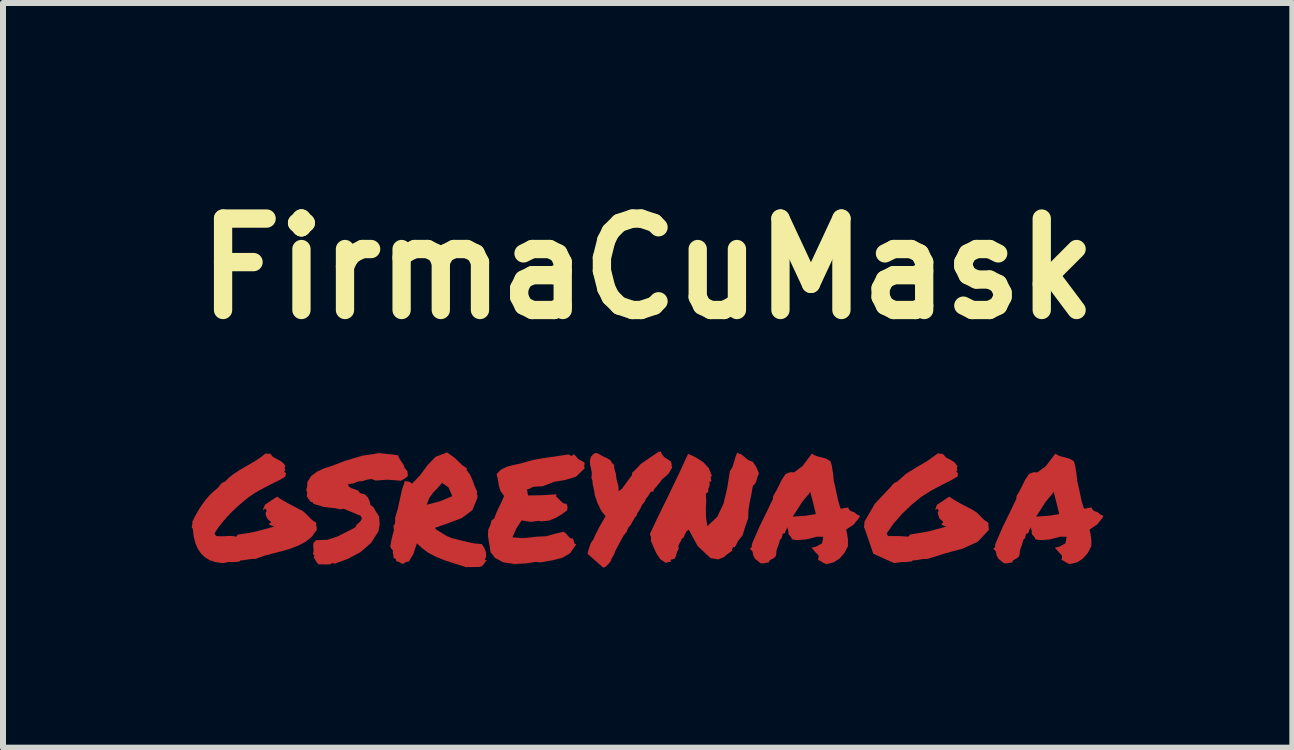
<source format=kicad_pcb>
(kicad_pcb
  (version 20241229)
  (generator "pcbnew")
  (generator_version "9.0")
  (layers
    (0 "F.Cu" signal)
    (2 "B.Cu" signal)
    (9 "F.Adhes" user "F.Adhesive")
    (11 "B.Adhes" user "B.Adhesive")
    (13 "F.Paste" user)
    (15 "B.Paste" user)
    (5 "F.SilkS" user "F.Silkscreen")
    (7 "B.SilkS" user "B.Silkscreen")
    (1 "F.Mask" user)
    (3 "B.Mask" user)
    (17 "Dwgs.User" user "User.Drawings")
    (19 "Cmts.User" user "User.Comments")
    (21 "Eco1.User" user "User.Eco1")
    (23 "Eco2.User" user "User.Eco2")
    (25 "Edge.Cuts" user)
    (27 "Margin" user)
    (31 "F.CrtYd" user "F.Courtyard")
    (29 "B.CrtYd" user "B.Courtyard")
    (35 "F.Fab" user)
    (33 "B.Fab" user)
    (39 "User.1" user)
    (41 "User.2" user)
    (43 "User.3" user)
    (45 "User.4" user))
  (footprint "FirmaCuMask"
    (layer "F.Cu")
    (at 7.743 5.454)
    (property "Reference" "FirmaCuMask" (at 0 -4.027 180) (layer "F.SilkS") (effects (font (size 1.524 1.524) (thickness 0.305))))
    (attr smd)
    (fp_poly (pts (xy 5.687 0.327) (xy 5.502 0.524) (xy 5.249 0.639) (xy 4.959 0.718) (xy 4.668 0.809) (xy 4.594 0.812) (xy 4.536 0.821) (xy 4.483 0.83) (xy 4.424 0.835) (xy 4.409 0.841) (xy 4.4 0.853) (xy 4.309 0.862) (xy 4.245 0.862) (xy 4.171 0.871) (xy 4.107 0.88) (xy 3.76 0.724) (xy 3.622 0.319) (xy 3.616 0.301) (xy 3.605 0.292) (xy 3.61 0.242) (xy 3.613 0.189) (xy 3.787 -0.11) (xy 4.019 -0.357) (xy 4.054 -0.392) (xy 4.08 -0.427) (xy 4.113 -0.457) (xy 4.157 -0.477) (xy 4.304 -0.607) (xy 4.483 -0.718) (xy 4.668 -0.827) (xy 4.838 -0.95) (xy 4.885 -0.941) (xy 4.917 -0.941) (xy 4.973 -0.88) (xy 5.047 -0.842) (xy 5.117 -0.797) (xy 5.167 -0.727) (xy 5.149 -0.712) (xy 5.158 -0.686) (xy 5.161 -0.659) (xy 5.141 -0.648) (xy 5.158 -0.63) (xy 5.176 -0.615) (xy 5.167 -0.592) (xy 5.167 -0.563) (xy 5.035 -0.489) (xy 4.885 -0.413) (xy 4.724 -0.328) (xy 4.562 -0.225) (xy 4.4 -0.093) (xy 4.242 0.057) (xy 4.098 0.222) (xy 3.983 0.386) (xy 3.995 0.41) (xy 4.01 0.43) (xy 4.183 0.43) (xy 4.348 0.439) (xy 4.359 0.421) (xy 4.374 0.404) (xy 4.685 0.351) (xy 4.979 0.272) (xy 4.935 0.257) (xy 4.9 0.242) (xy 4.9 0.219) (xy 4.929 0.195) (xy 4.862 0.136) (xy 4.832 0.042) (xy 4.85 0.007) (xy 4.832 -0.025) (xy 4.818 -0.025) (xy 4.812 -0.016) (xy 4.809 -0.005) (xy 4.794 -0.007) (xy 4.806 -0.052) (xy 4.823 -0.093) (xy 5.026 -0.228) (xy 5.105 -0.175) (xy 5.202 -0.119) (xy 5.308 -0.063) (xy 5.411 -0.01) (xy 5.484 0.037) (xy 5.546 0.098) (xy 5.605 0.157) (xy 5.678 0.207) (xy 5.681 0.269) (xy 5.687 0.327) (xy 5.687 0.327)) (stroke (width 0) (type solid)) (fill yes) (layer "F.Cu"))
    (fp_poly (pts (xy -5.673 -0.466) (xy -5.608 -0.571) (xy -5.508 -0.645) (xy -5.394 -0.698) (xy -5.282 -0.733) (xy -5.033 -0.827) (xy -4.759 -0.909) (xy -4.472 -0.953) (xy -4.163 -0.918) (xy -4.137 -0.862) (xy -4.102 -0.809) (xy -4.066 -0.756) (xy -4.049 -0.706) (xy -4.002 -0.648) (xy -3.996 -0.568) (xy -4.055 -0.524) (xy -4.113 -0.492) (xy -4.334 -0.51) (xy -4.533 -0.495) (xy -4.598 -0.521) (xy -4.674 -0.51) (xy -4.754 -0.486) (xy -4.827 -0.48) (xy -4.9 -0.448) (xy -4.992 -0.436) (xy -4.986 -0.416) (xy -4.983 -0.398) (xy -4.939 -0.369) (xy -4.88 -0.351) (xy -4.824 -0.328) (xy -4.792 -0.286) (xy -4.715 -0.266) (xy -4.663 -0.216) (xy -4.633 -0.151) (xy -4.621 -0.093) (xy -4.601 -0.072) (xy -4.575 -0.06) (xy -4.53 0.019) (xy -4.475 0.104) (xy -4.466 0.236) (xy -4.486 0.351) (xy -4.61 0.545) (xy -4.786 0.697) (xy -4.994 0.809) (xy -5.212 0.888) (xy -5.235 0.888) (xy -5.241 0.874) (xy -5.294 0.9) (xy -5.353 0.903) (xy -5.42 0.9) (xy -5.482 0.903) (xy -5.52 0.862) (xy -5.544 0.815) (xy -5.558 0.8) (xy -5.567 0.786) (xy -5.552 0.753) (xy -5.561 0.744) (xy -5.573 0.739) (xy -5.576 0.724) (xy -5.567 0.671) (xy -5.573 0.606) (xy -5.57 0.545) (xy -5.526 0.498) (xy -5.338 0.492) (xy -5.168 0.436) (xy -5.018 0.36) (xy -4.874 0.286) (xy -4.851 0.242) (xy -4.815 0.21) (xy -4.783 0.178) (xy -4.762 0.134) (xy -4.774 0.11) (xy -4.786 0.087) (xy -4.818 0.078) (xy -4.944 0.025) (xy -5.065 -0.025) (xy -5.127 -0.016) (xy -5.197 -0.034) (xy -5.391 -0.054) (xy -5.567 -0.107) (xy -5.582 -0.134) (xy -5.614 -0.14) (xy -5.649 -0.184) (xy -5.682 -0.234) (xy -5.673 -0.292) (xy -5.69 -0.342) (xy -5.673 -0.404) (xy -5.673 -0.466) (xy -5.673 -0.466)) (stroke (width 0) (type solid)) (fill yes) (layer "F.Cu"))
    (fp_poly (pts (xy -3.846 0.551) (xy -3.682 -0.093) (xy -3.467 -0.148) (xy -3.256 -0.236) (xy -3.32 -0.383) (xy -3.426 -0.457) (xy -3.426 -0.457) (xy -3.5 -0.372) (xy -3.576 -0.292) (xy -3.64 -0.204) (xy -3.682 -0.093) (xy -3.846 0.551) (xy -3.905 0.73) (xy -3.978 0.853) (xy -4.031 0.862) (xy -4.063 0.888) (xy -4.102 0.888) (xy -4.122 0.874) (xy -4.146 0.859) (xy -4.184 0.853) (xy -4.199 0.809) (xy -4.237 0.794) (xy -4.234 0.756) (xy -4.243 0.727) (xy -4.248 0.7) (xy -4.246 0.665) (xy -4.269 0.645) (xy -4.29 0.604) (xy -4.272 0.504) (xy -4.251 0.416) (xy -4.228 0.333) (xy -4.237 0.248) (xy -4.219 0.245) (xy -4.21 0.21) (xy -4.207 0.166) (xy -4.21 0.128) (xy -4.163 -0.028) (xy -4.128 -0.189) (xy -4.093 -0.345) (xy -4.046 -0.486) (xy -3.975 -0.477) (xy -3.925 -0.445) (xy -3.79 -0.586) (xy -3.67 -0.75) (xy -3.535 -0.891) (xy -3.344 -0.965) (xy -3.215 -0.874) (xy -3.094 -0.756) (xy -3.056 -0.73) (xy -3.015 -0.703) (xy -3.015 -0.668) (xy -2.959 -0.592) (xy -2.918 -0.501) (xy -2.883 -0.404) (xy -2.842 -0.313) (xy -2.847 -0.286) (xy -2.845 -0.266) (xy -2.836 -0.242) (xy -2.836 -0.21) (xy -2.921 -0.001) (xy -3.1 0.131) (xy -3.326 0.216) (xy -3.544 0.292) (xy -3.535 0.304) (xy -3.526 0.319) (xy -3.414 0.389) (xy -3.338 0.433) (xy -3.259 0.466) (xy -3.138 0.495) (xy -3.021 0.524) (xy -2.941 0.542) (xy -2.871 0.554) (xy -2.765 0.562) (xy -2.721 0.627) (xy -2.695 0.7) (xy -2.692 0.771) (xy -2.712 0.824) (xy -2.701 0.833) (xy -2.677 0.833) (xy -2.707 0.862) (xy -2.73 0.897) (xy -2.756 0.927) (xy -2.798 0.944) (xy -3.027 0.947) (xy -3.376 0.836) (xy -3.549 0.765) (xy -3.664 0.703) (xy -3.752 0.636) (xy -3.846 0.551) (xy -3.846 0.551)) (stroke (width 0) (type solid)) (fill yes) (layer "F.Cu"))
    (fp_poly (pts (xy -1.053 -0.797) (xy -1.053 -0.765) (xy -1.056 -0.747) (xy -1.056 -0.727) (xy -1.05 -0.698) (xy -1.194 -0.56) (xy -1.367 -0.507) (xy -1.561 -0.474) (xy -1.755 -0.398) (xy -1.825 -0.398) (xy -1.914 -0.389) (xy -1.958 -0.363) (xy -2.01 -0.348) (xy -2.002 -0.292) (xy -1.993 -0.248) (xy -1.767 -0.251) (xy -1.52 -0.266) (xy -1.523 -0.245) (xy -1.526 -0.231) (xy -1.485 -0.192) (xy -1.444 -0.151) (xy -1.403 -0.116) (xy -1.35 -0.107) (xy -1.335 -0.054) (xy -1.341 0.001) (xy -1.435 0.069) (xy -1.535 0.128) (xy -1.643 0.172) (xy -1.77 0.184) (xy -1.793 0.184) (xy -1.811 0.175) (xy -1.878 0.184) (xy -1.943 0.192) (xy -2.022 0.181) (xy -2.101 0.169) (xy -2.187 0.301) (xy -2.254 0.451) (xy -2.09 0.463) (xy -1.963 0.454) (xy -1.843 0.439) (xy -1.687 0.433) (xy -1.549 0.392) (xy -1.4 0.357) (xy -1.358 0.389) (xy -1.326 0.43) (xy -1.291 0.463) (xy -1.247 0.474) (xy -1.232 0.504) (xy -1.223 0.533) (xy -1.215 0.56) (xy -1.188 0.565) (xy -1.291 0.715) (xy -1.42 0.791) (xy -1.585 0.833) (xy -1.781 0.868) (xy -1.825 0.865) (xy -1.867 0.859) (xy -2.028 0.886) (xy -2.219 0.894) (xy -2.404 0.868) (xy -2.548 0.792) (xy -2.58 0.745) (xy -2.618 0.7) (xy -2.63 0.615) (xy -2.648 0.518) (xy -2.662 0.416) (xy -2.657 0.325) (xy -2.621 0.245) (xy -2.601 0.169) (xy -2.583 0.154) (xy -2.56 0.142) (xy -2.521 0.043) (xy -2.48 -0.048) (xy -2.436 -0.137) (xy -2.392 -0.239) (xy -2.454 -0.322) (xy -2.48 -0.413) (xy -2.495 -0.507) (xy -2.516 -0.606) (xy -2.445 -0.677) (xy -2.351 -0.724) (xy -2.242 -0.753) (xy -2.119 -0.78) (xy -1.911 -0.838) (xy -1.729 -0.871) (xy -1.541 -0.897) (xy -1.32 -0.932) (xy -1.27 -0.906) (xy -1.244 -0.921) (xy -1.229 -0.938) (xy -1.156 -0.853) (xy -1.053 -0.797) (xy -1.053 -0.797)) (stroke (width 0) (type solid)) (fill yes) (layer "F.Cu"))
    (fp_poly (pts (xy -0.184 0.087) (xy -0.219 0.131) (xy -0.248 0.181) (xy -0.281 0.242) (xy -0.325 0.295) (xy -0.354 0.366) (xy -0.401 0.421) (xy -0.539 0.677) (xy -0.557 0.73) (xy -0.583 0.777) (xy -0.595 0.797) (xy -0.604 0.812) (xy -0.61 0.841) (xy -0.642 0.883) (xy -0.674 0.915) (xy -0.695 0.938) (xy -0.739 0.956) (xy -1 0.727) (xy -0.997 0.697) (xy -0.988 0.668) (xy -0.977 0.633) (xy -0.95 0.551) (xy -0.9 0.477) (xy -0.874 0.413) (xy -0.803 0.275) (xy -0.739 0.163) (xy -0.701 0.098) (xy -0.771 0.013) (xy -0.839 -0.128) (xy -0.88 -0.248) (xy -0.889 -0.313) (xy -0.9 -0.369) (xy -0.915 -0.433) (xy -0.921 -0.501) (xy -0.938 -0.542) (xy -0.933 -0.571) (xy -0.93 -0.624) (xy -0.944 -0.695) (xy -0.959 -0.759) (xy -0.962 -0.83) (xy -0.944 -0.894) (xy -0.889 -0.95) (xy -0.839 -0.953) (xy -0.789 -0.924) (xy -0.739 -0.897) (xy -0.677 -0.868) (xy -0.615 -0.83) (xy -0.595 -0.789) (xy -0.557 -0.756) (xy -0.557 -0.724) (xy -0.554 -0.692) (xy -0.542 -0.645) (xy -0.53 -0.609) (xy -0.521 -0.53) (xy -0.504 -0.463) (xy -0.486 -0.395) (xy -0.483 -0.319) (xy -0.454 -0.339) (xy -0.442 -0.348) (xy -0.43 -0.357) (xy -0.257 -0.592) (xy -0.263 -0.621) (xy -0.201 -0.68) (xy -0.157 -0.724) (xy -0.119 -0.768) (xy -0.087 -0.792) (xy 0.18 -0.974) (xy 0.222 -0.979) (xy 0.233 -0.941) (xy 0.28 -0.883) (xy 0.36 -0.833) (xy 0.386 -0.815) (xy 0.401 -0.771) (xy 0.398 -0.745) (xy 0.41 -0.715) (xy 0.351 -0.612) (xy 0.286 -0.554) (xy 0.236 -0.51) (xy 0.204 -0.463) (xy 0.183 -0.439) (xy 0.104 -0.345) (xy 0.095 -0.31) (xy 0.06 -0.31) (xy 0.045 -0.298) (xy 0.016 -0.248) (xy -0.013 -0.21) (xy -0.028 -0.195) (xy -0.037 -0.172) (xy -0.046 -0.148) (xy -0.093 -0.09) (xy -0.113 -0.048) (xy -0.137 -0.001) (xy -0.169 0.043) (xy -0.184 0.087) (xy -0.184 0.087)) (stroke (width 0) (type solid)) (fill yes) (layer "F.Cu"))
    (fp_poly (pts (xy 0.683 0.322) (xy 0.645 0.354) (xy 0.621 0.404) (xy 0.6 0.454) (xy 0.571 0.474) (xy 0.553 0.515) (xy 0.53 0.554) (xy 0.512 0.595) (xy 0.518 0.645) (xy 0.489 0.695) (xy 0.474 0.756) (xy 0.451 0.806) (xy 0.386 0.824) (xy 0.383 0.838) (xy 0.392 0.859) (xy 0.342 0.862) (xy 0.304 0.877) (xy 0.21 0.815) (xy 0.145 0.718) (xy 0.095 0.606) (xy 0.054 0.509) (xy 0.057 0.448) (xy 0.037 0.395) (xy 0.073 0.318) (xy 0.11 0.24) (xy 0.148 0.16) (xy 0.187 0.079) (xy 0.227 -0.003) (xy 0.267 -0.086) (xy 0.309 -0.171) (xy 0.351 -0.257) (xy 0.393 -0.344) (xy 0.435 -0.43) (xy 0.476 -0.516) (xy 0.517 -0.601) (xy 0.557 -0.687) (xy 0.596 -0.772) (xy 0.635 -0.857) (xy 0.674 -0.941) (xy 0.806 -0.88) (xy 0.926 -0.803) (xy 1.02 -0.701) (xy 1.07 -0.574) (xy 1.056 -0.56) (xy 1.044 -0.557) (xy 1.056 -0.536) (xy 1.056 -0.524) (xy 1.056 -0.507) (xy 1.064 -0.48) (xy 1.047 -0.477) (xy 1.029 -0.477) (xy 1.035 -0.424) (xy 1.023 -0.386) (xy 1.009 -0.351) (xy 1.012 -0.304) (xy 0.997 -0.298) (xy 0.991 -0.289) (xy 0.982 -0.281) (xy 0.97 -0.281) (xy 0.976 -0.151) (xy 0.97 -0.019) (xy 0.973 0.119) (xy 0.994 0.266) (xy 1.161 0.107) (xy 1.264 -0.11) (xy 1.326 -0.369) (xy 1.37 -0.651) (xy 1.411 -0.715) (xy 1.437 -0.795) (xy 1.461 -0.88) (xy 1.49 -0.959) (xy 1.564 -0.93) (xy 1.622 -0.883) (xy 1.678 -0.836) (xy 1.752 -0.809) (xy 1.816 -0.712) (xy 1.855 -0.612) (xy 1.831 -0.56) (xy 1.816 -0.501) (xy 1.793 -0.445) (xy 1.752 -0.404) (xy 1.728 -0.263) (xy 1.702 -0.14) (xy 1.681 -0.01) (xy 1.675 0.134) (xy 1.625 0.277) (xy 1.584 0.415) (xy 1.511 0.507) (xy 1.455 0.612) (xy 1.44 0.618) (xy 1.42 0.609) (xy 1.42 0.627) (xy 1.411 0.639) (xy 1.405 0.65) (xy 1.411 0.674) (xy 1.338 0.724) (xy 1.267 0.783) (xy 1.179 0.818) (xy 1.047 0.797) (xy 0.832 0.595) (xy 0.683 0.321) (xy 0.683 0.322)) (stroke (width 0) (type solid)) (fill yes) (layer "F.Cu"))
    (fp_poly (pts (xy 3.332 0.609) (xy 2.483 0.101) (xy 2.642 0.09) (xy 2.803 0.063) (xy 2.759 -0.119) (xy 2.709 -0.31) (xy 2.692 -0.28) (xy 2.577 -0.142) (xy 2.486 0.001) (xy 2.451 0.054) (xy 2.419 0.107) (xy 2.451 0.104) (xy 2.483 0.101) (xy 2.483 0.101) (xy 3.332 0.609) (xy 3.279 0.712) (xy 3.2 0.803) (xy 3.1 0.868) (xy 2.982 0.897) (xy 2.929 0.877) (xy 2.903 0.859) (xy 2.885 0.85) (xy 2.874 0.841) (xy 2.838 0.827) (xy 2.85 0.789) (xy 2.847 0.753) (xy 2.812 0.715) (xy 2.794 0.697) (xy 2.78 0.68) (xy 2.73 0.624) (xy 2.809 0.604) (xy 2.906 0.551) (xy 2.927 0.442) (xy 2.827 0.439) (xy 2.747 0.46) (xy 2.639 0.486) (xy 2.521 0.495) (xy 2.477 0.495) (xy 2.433 0.489) (xy 2.404 0.483) (xy 2.392 0.448) (xy 2.38 0.436) (xy 2.348 0.398) (xy 2.342 0.333) (xy 2.325 0.281) (xy 2.298 0.354) (xy 2.286 0.383) (xy 2.257 0.389) (xy 2.248 0.404) (xy 2.245 0.419) (xy 2.231 0.468) (xy 2.219 0.48) (xy 2.207 0.489) (xy 2.192 0.542) (xy 2.175 0.592) (xy 2.148 0.668) (xy 2.142 0.739) (xy 2.131 0.771) (xy 2.098 0.8) (xy 2.063 0.818) (xy 2.046 0.83) (xy 2.031 0.836) (xy 2.022 0.868) (xy 1.987 0.874) (xy 1.94 0.882) (xy 1.91 0.885) (xy 1.881 0.882) (xy 1.831 0.841) (xy 1.79 0.809) (xy 1.761 0.756) (xy 1.755 0.724) (xy 1.749 0.695) (xy 1.74 0.677) (xy 1.702 0.642) (xy 1.734 0.615) (xy 1.737 0.565) (xy 1.861 0.277) (xy 1.999 -0.004) (xy 2.043 -0.098) (xy 2.09 -0.192) (xy 2.087 -0.213) (xy 2.093 -0.239) (xy 2.145 -0.328) (xy 2.187 -0.41) (xy 2.234 -0.507) (xy 2.298 -0.604) (xy 2.345 -0.624) (xy 2.366 -0.63) (xy 2.392 -0.636) (xy 2.436 -0.63) (xy 2.58 -0.736) (xy 2.706 -0.903) (xy 2.736 -0.944) (xy 2.774 -0.921) (xy 2.815 -0.903) (xy 2.871 -0.888) (xy 2.971 -0.862) (xy 3.047 -0.818) (xy 3.068 -0.747) (xy 3.076 -0.7) (xy 3.091 -0.601) (xy 3.103 -0.489) (xy 3.126 -0.389) (xy 3.147 -0.292) (xy 3.176 -0.154) (xy 3.214 -0.031) (xy 3.244 -0.028) (xy 3.273 -0.037) (xy 3.311 -0.043) (xy 3.344 -0.046) (xy 3.355 -0.016) (xy 3.385 0.013) (xy 3.441 0.031) (xy 3.473 0.057) (xy 3.496 0.075) (xy 3.54 0.093) (xy 3.517 0.137) (xy 3.432 0.239) (xy 3.311 0.319) (xy 3.314 0.354) (xy 3.323 0.386) (xy 3.338 0.489) (xy 3.338 0.598) (xy 3.332 0.609) (xy 3.332 0.609)) (stroke (width 0) (type solid)) (fill yes) (layer "F.Cu"))
    (fp_poly (pts (xy 7.388 0.609) (xy 6.539 0.101) (xy 6.698 0.09) (xy 6.859 0.063) (xy 6.815 -0.119) (xy 6.765 -0.31) (xy 6.748 -0.28) (xy 6.633 -0.142) (xy 6.542 0.001) (xy 6.507 0.054) (xy 6.475 0.107) (xy 6.507 0.104) (xy 6.539 0.101) (xy 6.539 0.101) (xy 7.388 0.609) (xy 7.335 0.712) (xy 7.256 0.803) (xy 7.156 0.868) (xy 7.038 0.897) (xy 6.986 0.877) (xy 6.959 0.859) (xy 6.941 0.85) (xy 6.93 0.841) (xy 6.894 0.827) (xy 6.906 0.789) (xy 6.903 0.753) (xy 6.868 0.715) (xy 6.85 0.697) (xy 6.836 0.68) (xy 6.786 0.624) (xy 6.865 0.604) (xy 6.962 0.551) (xy 6.983 0.442) (xy 6.883 0.439) (xy 6.803 0.46) (xy 6.695 0.486) (xy 6.577 0.495) (xy 6.533 0.495) (xy 6.489 0.489) (xy 6.46 0.483) (xy 6.448 0.448) (xy 6.436 0.436) (xy 6.404 0.398) (xy 6.398 0.333) (xy 6.381 0.281) (xy 6.354 0.354) (xy 6.342 0.383) (xy 6.313 0.389) (xy 6.304 0.404) (xy 6.301 0.419) (xy 6.287 0.468) (xy 6.275 0.48) (xy 6.263 0.489) (xy 6.248 0.542) (xy 6.231 0.592) (xy 6.204 0.668) (xy 6.198 0.739) (xy 6.187 0.771) (xy 6.154 0.8) (xy 6.119 0.818) (xy 6.102 0.83) (xy 6.087 0.836) (xy 6.078 0.868) (xy 6.043 0.874) (xy 5.996 0.882) (xy 5.966 0.885) (xy 5.937 0.882) (xy 5.887 0.841) (xy 5.846 0.809) (xy 5.817 0.756) (xy 5.811 0.724) (xy 5.805 0.695) (xy 5.796 0.677) (xy 5.758 0.642) (xy 5.79 0.615) (xy 5.793 0.565) (xy 5.917 0.277) (xy 6.055 -0.004) (xy 6.099 -0.098) (xy 6.146 -0.192) (xy 6.143 -0.213) (xy 6.149 -0.239) (xy 6.201 -0.328) (xy 6.243 -0.41) (xy 6.29 -0.507) (xy 6.354 -0.604) (xy 6.401 -0.624) (xy 6.422 -0.63) (xy 6.448 -0.636) (xy 6.492 -0.63) (xy 6.636 -0.736) (xy 6.762 -0.903) (xy 6.792 -0.944) (xy 6.83 -0.921) (xy 6.871 -0.903) (xy 6.927 -0.888) (xy 7.027 -0.862) (xy 7.103 -0.818) (xy 7.124 -0.747) (xy 7.132 -0.7) (xy 7.147 -0.601) (xy 7.159 -0.489) (xy 7.182 -0.389) (xy 7.203 -0.292) (xy 7.232 -0.154) (xy 7.27 -0.031) (xy 7.3 -0.028) (xy 7.329 -0.037) (xy 7.367 -0.043) (xy 7.4 -0.046) (xy 7.411 -0.016) (xy 7.441 0.013) (xy 7.497 0.031) (xy 7.529 0.057) (xy 7.552 0.075) (xy 7.596 0.093) (xy 7.573 0.137) (xy 7.488 0.239) (xy 7.367 0.319) (xy 7.37 0.354) (xy 7.379 0.386) (xy 7.394 0.489) (xy 7.394 0.598) (xy 7.388 0.609) (xy 7.388 0.609)) (stroke (width 0) (type solid)) (fill yes) (layer "F.Cu"))
    (fp_poly (pts (xy -5.514 0.327) (xy -5.596 0.44) (xy -5.699 0.524) (xy -5.82 0.587) (xy -5.952 0.639) (xy -6.094 0.681) (xy -6.243 0.718) (xy -6.39 0.758) (xy -6.533 0.809) (xy -6.572 0.81) (xy -6.607 0.812) (xy -6.636 0.816) (xy -6.666 0.821) (xy -6.692 0.824) (xy -6.718 0.83) (xy -6.746 0.833) (xy -6.777 0.836) (xy -6.787 0.836) (xy -6.792 0.841) (xy -6.795 0.847) (xy -6.801 0.853) (xy -6.848 0.86) (xy -6.871 0.861) (xy -6.892 0.862) (xy -6.908 0.862) (xy -6.924 0.862) (xy -6.94 0.862) (xy -6.956 0.862) (xy -6.974 0.862) (xy -6.992 0.864) (xy -7.011 0.867) (xy -7.03 0.871) (xy -7.047 0.876) (xy -7.064 0.879) (xy -7.079 0.88) (xy -7.094 0.879) (xy -7.199 0.865) (xy -7.291 0.835) (xy -7.372 0.787) (xy -7.441 0.724) (xy -7.496 0.643) (xy -7.537 0.549) (xy -7.565 0.441) (xy -7.579 0.318) (xy -7.578 0.312) (xy -7.579 0.307) (xy -7.581 0.303) (xy -7.585 0.301) (xy -7.588 0.299) (xy -7.591 0.297) (xy -7.594 0.295) (xy -7.596 0.292) (xy -7.596 0.278) (xy -7.595 0.265) (xy -7.593 0.253) (xy -7.591 0.242) (xy -7.587 0.231) (xy -7.586 0.219) (xy -7.586 0.205) (xy -7.588 0.189) (xy -7.548 0.11) (xy -7.506 0.034) (xy -7.462 -0.04) (xy -7.414 -0.11) (xy -7.364 -0.178) (xy -7.308 -0.242) (xy -7.248 -0.302) (xy -7.182 -0.357) (xy -7.173 -0.366) (xy -7.163 -0.375) (xy -7.155 -0.383) (xy -7.147 -0.392) (xy -7.14 -0.401) (xy -7.133 -0.41) (xy -7.127 -0.419) (xy -7.121 -0.427) (xy -7.113 -0.436) (xy -7.105 -0.444) (xy -7.088 -0.457) (xy -7.069 -0.469) (xy -7.044 -0.477) (xy -6.977 -0.545) (xy -6.898 -0.607) (xy -6.81 -0.664) (xy -6.718 -0.718) (xy -6.625 -0.773) (xy -6.533 -0.827) (xy -6.444 -0.886) (xy -6.363 -0.95) (xy -6.335 -0.941) (xy -6.316 -0.941) (xy -6.301 -0.944) (xy -6.284 -0.941) (xy -6.26 -0.904) (xy -6.228 -0.88) (xy -6.19 -0.861) (xy -6.155 -0.841) (xy -6.118 -0.822) (xy -6.084 -0.797) (xy -6.055 -0.767) (xy -6.034 -0.727) (xy -6.047 -0.723) (xy -6.052 -0.712) (xy -6.048 -0.7) (xy -6.043 -0.686) (xy -6.039 -0.673) (xy -6.04 -0.659) (xy -6.045 -0.651) (xy -6.06 -0.648) (xy -6.055 -0.636) (xy -6.043 -0.63) (xy -6.03 -0.626) (xy -6.025 -0.615) (xy -6.027 -0.602) (xy -6.034 -0.592) (xy -6.037 -0.58) (xy -6.034 -0.563) (xy -6.096 -0.525) (xy -6.166 -0.489) (xy -6.239 -0.452) (xy -6.316 -0.413) (xy -6.395 -0.372) (xy -6.478 -0.328) (xy -6.559 -0.28) (xy -6.639 -0.225) (xy -6.719 -0.162) (xy -6.801 -0.093) (xy -6.881 -0.02) (xy -6.921 0.018) (xy -6.959 0.057) (xy -6.997 0.097) (xy -7.033 0.138) (xy -7.069 0.179) (xy -7.103 0.222) (xy -7.136 0.263) (xy -7.166 0.304) (xy -7.193 0.345) (xy -7.218 0.386) (xy -7.215 0.393) (xy -7.212 0.399) (xy -7.209 0.405) (xy -7.206 0.41) (xy -7.202 0.413) (xy -7.198 0.418) (xy -7.194 0.423) (xy -7.191 0.43) (xy -7.145 0.432) (xy -7.101 0.433) (xy -7.059 0.432) (xy -7.018 0.43) (xy -6.977 0.427) (xy -6.936 0.428) (xy -6.895 0.432) (xy -6.854 0.439) (xy -6.85 0.436) (xy -6.846 0.432) (xy -6.844 0.427) (xy -6.842 0.421) (xy -6.84 0.416) (xy -6.837 0.411) (xy -6.833 0.407) (xy -6.827 0.404) (xy -6.666 0.382) (xy -6.516 0.351) (xy -6.371 0.312) (xy -6.222 0.272) (xy -6.245 0.263) (xy -6.266 0.257) (xy -6.284 0.249) (xy -6.302 0.242) (xy -6.309 0.229) (xy -6.302 0.219) (xy -6.285 0.207) (xy -6.272 0.195) (xy -6.31 0.169) (xy -6.34 0.136) (xy -6.359 0.095) (xy -6.369 0.042) (xy -6.356 0.026) (xy -6.352 0.007) (xy -6.356 -0.011) (xy -6.369 -0.025) (xy -6.379 -0.027) (xy -6.384 -0.025) (xy -6.387 -0.021) (xy -6.39 -0.016) (xy -6.39 -0.01) (xy -6.393 -0.005) (xy -6.398 -0.004) (xy -6.407 -0.007) (xy -6.403 -0.032) (xy -6.395 -0.052) (xy -6.385 -0.071) (xy -6.378 -0.093) (xy -6.277 -0.16) (xy -6.175 -0.228) (xy -6.139 -0.203) (xy -6.096 -0.175) (xy -6.048 -0.148) (xy -5.999 -0.119) (xy -5.946 -0.092) (xy -5.893 -0.063) (xy -5.84 -0.037) (xy -5.79 -0.01) (xy -5.752 0.01) (xy -5.717 0.037) (xy -5.685 0.067) (xy -5.655 0.098) (xy -5.626 0.128) (xy -5.597 0.157) (xy -5.562 0.184) (xy -5.523 0.207) (xy -5.525 0.241) (xy -5.52 0.269) (xy -5.514 0.295) (xy -5.514 0.327) (xy -5.514 0.327) (xy -5.514 0.327)) (stroke (width 0) (type solid)) (fill yes) (layer "F.Cu"))
    (fp_poly (pts (xy 5.687 0.327) (xy 5.502 0.524) (xy 5.249 0.639) (xy 4.959 0.718) (xy 4.668 0.809) (xy 4.594 0.812) (xy 4.536 0.821) (xy 4.483 0.83) (xy 4.424 0.835) (xy 4.409 0.841) (xy 4.4 0.853) (xy 4.309 0.862) (xy 4.245 0.862) (xy 4.171 0.871) (xy 4.107 0.88) (xy 3.76 0.724) (xy 3.622 0.319) (xy 3.616 0.301) (xy 3.605 0.292) (xy 3.61 0.242) (xy 3.613 0.189) (xy 3.787 -0.11) (xy 4.019 -0.357) (xy 4.054 -0.392) (xy 4.08 -0.427) (xy 4.113 -0.457) (xy 4.157 -0.477) (xy 4.304 -0.607) (xy 4.483 -0.718) (xy 4.668 -0.827) (xy 4.838 -0.95) (xy 4.885 -0.941) (xy 4.917 -0.941) (xy 4.973 -0.88) (xy 5.047 -0.842) (xy 5.117 -0.797) (xy 5.167 -0.727) (xy 5.149 -0.712) (xy 5.158 -0.686) (xy 5.161 -0.659) (xy 5.141 -0.648) (xy 5.158 -0.63) (xy 5.176 -0.615) (xy 5.167 -0.592) (xy 5.167 -0.563) (xy 5.035 -0.489) (xy 4.885 -0.413) (xy 4.724 -0.328) (xy 4.562 -0.225) (xy 4.4 -0.093) (xy 4.242 0.057) (xy 4.098 0.222) (xy 3.983 0.386) (xy 3.995 0.41) (xy 4.01 0.43) (xy 4.183 0.43) (xy 4.348 0.439) (xy 4.359 0.421) (xy 4.374 0.404) (xy 4.685 0.351) (xy 4.979 0.272) (xy 4.935 0.257) (xy 4.9 0.242) (xy 4.9 0.219) (xy 4.929 0.195) (xy 4.862 0.136) (xy 4.832 0.042) (xy 4.85 0.007) (xy 4.832 -0.025) (xy 4.818 -0.025) (xy 4.812 -0.016) (xy 4.809 -0.005) (xy 4.794 -0.007) (xy 4.806 -0.052) (xy 4.823 -0.093) (xy 5.026 -0.228) (xy 5.105 -0.175) (xy 5.202 -0.119) (xy 5.308 -0.063) (xy 5.411 -0.01) (xy 5.484 0.037) (xy 5.546 0.098) (xy 5.605 0.157) (xy 5.678 0.207) (xy 5.681 0.269) (xy 5.687 0.327) (xy 5.687 0.327)) (stroke (width 0) (type solid)) (fill yes) (layer "F.Mask"))
    (fp_poly (pts (xy -5.673 -0.466) (xy -5.608 -0.571) (xy -5.508 -0.645) (xy -5.394 -0.698) (xy -5.282 -0.733) (xy -5.033 -0.827) (xy -4.759 -0.909) (xy -4.472 -0.953) (xy -4.163 -0.918) (xy -4.137 -0.862) (xy -4.102 -0.809) (xy -4.066 -0.756) (xy -4.049 -0.706) (xy -4.002 -0.648) (xy -3.996 -0.568) (xy -4.055 -0.524) (xy -4.113 -0.492) (xy -4.334 -0.51) (xy -4.533 -0.495) (xy -4.598 -0.521) (xy -4.674 -0.51) (xy -4.754 -0.486) (xy -4.827 -0.48) (xy -4.9 -0.448) (xy -4.992 -0.436) (xy -4.986 -0.416) (xy -4.983 -0.398) (xy -4.939 -0.369) (xy -4.88 -0.351) (xy -4.824 -0.328) (xy -4.792 -0.286) (xy -4.715 -0.266) (xy -4.663 -0.216) (xy -4.633 -0.151) (xy -4.621 -0.093) (xy -4.601 -0.072) (xy -4.575 -0.06) (xy -4.53 0.019) (xy -4.475 0.104) (xy -4.466 0.236) (xy -4.486 0.351) (xy -4.61 0.545) (xy -4.786 0.697) (xy -4.994 0.809) (xy -5.212 0.888) (xy -5.235 0.888) (xy -5.241 0.874) (xy -5.294 0.9) (xy -5.353 0.903) (xy -5.42 0.9) (xy -5.482 0.903) (xy -5.52 0.862) (xy -5.544 0.815) (xy -5.558 0.8) (xy -5.567 0.786) (xy -5.552 0.753) (xy -5.561 0.744) (xy -5.573 0.739) (xy -5.576 0.724) (xy -5.567 0.671) (xy -5.573 0.606) (xy -5.57 0.545) (xy -5.526 0.498) (xy -5.338 0.492) (xy -5.168 0.436) (xy -5.018 0.36) (xy -4.874 0.286) (xy -4.851 0.242) (xy -4.815 0.21) (xy -4.783 0.178) (xy -4.762 0.134) (xy -4.774 0.11) (xy -4.786 0.087) (xy -4.818 0.078) (xy -4.944 0.025) (xy -5.065 -0.025) (xy -5.127 -0.016) (xy -5.197 -0.034) (xy -5.391 -0.054) (xy -5.567 -0.107) (xy -5.582 -0.134) (xy -5.614 -0.14) (xy -5.649 -0.184) (xy -5.682 -0.234) (xy -5.673 -0.292) (xy -5.69 -0.342) (xy -5.673 -0.404) (xy -5.673 -0.466) (xy -5.673 -0.466)) (stroke (width 0) (type solid)) (fill yes) (layer "F.Mask"))
    (fp_poly (pts (xy -3.846 0.551) (xy -3.682 -0.093) (xy -3.467 -0.148) (xy -3.256 -0.236) (xy -3.32 -0.383) (xy -3.426 -0.457) (xy -3.426 -0.457) (xy -3.5 -0.372) (xy -3.576 -0.292) (xy -3.64 -0.204) (xy -3.682 -0.093) (xy -3.846 0.551) (xy -3.905 0.73) (xy -3.978 0.853) (xy -4.031 0.862) (xy -4.063 0.888) (xy -4.102 0.888) (xy -4.122 0.874) (xy -4.146 0.859) (xy -4.184 0.853) (xy -4.199 0.809) (xy -4.237 0.794) (xy -4.234 0.756) (xy -4.243 0.727) (xy -4.248 0.7) (xy -4.246 0.665) (xy -4.269 0.645) (xy -4.29 0.604) (xy -4.272 0.504) (xy -4.251 0.416) (xy -4.228 0.333) (xy -4.237 0.248) (xy -4.219 0.245) (xy -4.21 0.21) (xy -4.207 0.166) (xy -4.21 0.128) (xy -4.163 -0.028) (xy -4.128 -0.189) (xy -4.093 -0.345) (xy -4.046 -0.486) (xy -3.975 -0.477) (xy -3.925 -0.445) (xy -3.79 -0.586) (xy -3.67 -0.75) (xy -3.535 -0.891) (xy -3.344 -0.965) (xy -3.215 -0.874) (xy -3.094 -0.756) (xy -3.056 -0.73) (xy -3.015 -0.703) (xy -3.015 -0.668) (xy -2.959 -0.592) (xy -2.918 -0.501) (xy -2.883 -0.404) (xy -2.842 -0.313) (xy -2.847 -0.286) (xy -2.845 -0.266) (xy -2.836 -0.242) (xy -2.836 -0.21) (xy -2.921 -0.001) (xy -3.1 0.131) (xy -3.326 0.216) (xy -3.544 0.292) (xy -3.535 0.304) (xy -3.526 0.319) (xy -3.414 0.389) (xy -3.338 0.433) (xy -3.259 0.466) (xy -3.138 0.495) (xy -3.021 0.524) (xy -2.941 0.542) (xy -2.871 0.554) (xy -2.765 0.562) (xy -2.721 0.627) (xy -2.695 0.7) (xy -2.692 0.771) (xy -2.712 0.824) (xy -2.701 0.833) (xy -2.677 0.833) (xy -2.707 0.862) (xy -2.73 0.897) (xy -2.756 0.927) (xy -2.798 0.944) (xy -3.027 0.947) (xy -3.376 0.836) (xy -3.549 0.765) (xy -3.664 0.703) (xy -3.752 0.636) (xy -3.846 0.551) (xy -3.846 0.551)) (stroke (width 0) (type solid)) (fill yes) (layer "F.Mask"))
    (fp_poly (pts (xy -1.053 -0.797) (xy -1.053 -0.765) (xy -1.056 -0.747) (xy -1.056 -0.727) (xy -1.05 -0.698) (xy -1.194 -0.56) (xy -1.367 -0.507) (xy -1.561 -0.474) (xy -1.755 -0.398) (xy -1.825 -0.398) (xy -1.914 -0.389) (xy -1.958 -0.363) (xy -2.01 -0.348) (xy -2.002 -0.292) (xy -1.993 -0.248) (xy -1.767 -0.251) (xy -1.52 -0.266) (xy -1.523 -0.245) (xy -1.526 -0.231) (xy -1.485 -0.192) (xy -1.444 -0.151) (xy -1.403 -0.116) (xy -1.35 -0.107) (xy -1.335 -0.054) (xy -1.341 0.001) (xy -1.435 0.069) (xy -1.535 0.128) (xy -1.643 0.172) (xy -1.77 0.184) (xy -1.793 0.184) (xy -1.811 0.175) (xy -1.878 0.184) (xy -1.943 0.192) (xy -2.022 0.181) (xy -2.101 0.169) (xy -2.187 0.301) (xy -2.254 0.451) (xy -2.09 0.463) (xy -1.963 0.454) (xy -1.843 0.439) (xy -1.687 0.433) (xy -1.549 0.392) (xy -1.4 0.357) (xy -1.358 0.389) (xy -1.326 0.43) (xy -1.291 0.463) (xy -1.247 0.474) (xy -1.232 0.504) (xy -1.223 0.533) (xy -1.215 0.56) (xy -1.188 0.565) (xy -1.291 0.715) (xy -1.42 0.791) (xy -1.585 0.833) (xy -1.781 0.868) (xy -1.825 0.865) (xy -1.867 0.859) (xy -2.028 0.886) (xy -2.219 0.894) (xy -2.404 0.868) (xy -2.548 0.792) (xy -2.58 0.745) (xy -2.618 0.7) (xy -2.63 0.615) (xy -2.648 0.518) (xy -2.662 0.416) (xy -2.657 0.325) (xy -2.621 0.245) (xy -2.601 0.169) (xy -2.583 0.154) (xy -2.56 0.142) (xy -2.521 0.043) (xy -2.48 -0.048) (xy -2.436 -0.137) (xy -2.392 -0.239) (xy -2.454 -0.322) (xy -2.48 -0.413) (xy -2.495 -0.507) (xy -2.516 -0.606) (xy -2.445 -0.677) (xy -2.351 -0.724) (xy -2.242 -0.753) (xy -2.119 -0.78) (xy -1.911 -0.838) (xy -1.729 -0.871) (xy -1.541 -0.897) (xy -1.32 -0.932) (xy -1.27 -0.906) (xy -1.244 -0.921) (xy -1.229 -0.938) (xy -1.156 -0.853) (xy -1.053 -0.797) (xy -1.053 -0.797)) (stroke (width 0) (type solid)) (fill yes) (layer "F.Mask"))
    (fp_poly (pts (xy -0.184 0.087) (xy -0.219 0.131) (xy -0.248 0.181) (xy -0.281 0.242) (xy -0.325 0.295) (xy -0.354 0.366) (xy -0.401 0.421) (xy -0.539 0.677) (xy -0.557 0.73) (xy -0.583 0.777) (xy -0.595 0.797) (xy -0.604 0.812) (xy -0.61 0.841) (xy -0.642 0.883) (xy -0.674 0.915) (xy -0.695 0.938) (xy -0.739 0.956) (xy -1 0.727) (xy -0.997 0.697) (xy -0.988 0.668) (xy -0.977 0.633) (xy -0.95 0.551) (xy -0.9 0.477) (xy -0.874 0.413) (xy -0.803 0.275) (xy -0.739 0.163) (xy -0.701 0.098) (xy -0.771 0.013) (xy -0.839 -0.128) (xy -0.88 -0.248) (xy -0.889 -0.313) (xy -0.9 -0.369) (xy -0.915 -0.433) (xy -0.921 -0.501) (xy -0.938 -0.542) (xy -0.933 -0.571) (xy -0.93 -0.624) (xy -0.944 -0.695) (xy -0.959 -0.759) (xy -0.962 -0.83) (xy -0.944 -0.894) (xy -0.889 -0.95) (xy -0.839 -0.953) (xy -0.789 -0.924) (xy -0.739 -0.897) (xy -0.677 -0.868) (xy -0.615 -0.83) (xy -0.595 -0.789) (xy -0.557 -0.756) (xy -0.557 -0.724) (xy -0.554 -0.692) (xy -0.542 -0.645) (xy -0.53 -0.609) (xy -0.521 -0.53) (xy -0.504 -0.463) (xy -0.486 -0.395) (xy -0.483 -0.319) (xy -0.454 -0.339) (xy -0.442 -0.348) (xy -0.43 -0.357) (xy -0.257 -0.592) (xy -0.263 -0.621) (xy -0.201 -0.68) (xy -0.157 -0.724) (xy -0.119 -0.768) (xy -0.087 -0.792) (xy 0.18 -0.974) (xy 0.222 -0.979) (xy 0.233 -0.941) (xy 0.28 -0.883) (xy 0.36 -0.833) (xy 0.386 -0.815) (xy 0.401 -0.771) (xy 0.398 -0.745) (xy 0.41 -0.715) (xy 0.351 -0.612) (xy 0.286 -0.554) (xy 0.236 -0.51) (xy 0.204 -0.463) (xy 0.183 -0.439) (xy 0.104 -0.345) (xy 0.095 -0.31) (xy 0.06 -0.31) (xy 0.045 -0.298) (xy 0.016 -0.248) (xy -0.013 -0.21) (xy -0.028 -0.195) (xy -0.037 -0.172) (xy -0.046 -0.148) (xy -0.093 -0.09) (xy -0.113 -0.048) (xy -0.137 -0.001) (xy -0.169 0.043) (xy -0.184 0.087) (xy -0.184 0.087)) (stroke (width 0) (type solid)) (fill yes) (layer "F.Mask"))
    (fp_poly (pts (xy 0.683 0.322) (xy 0.645 0.354) (xy 0.621 0.404) (xy 0.6 0.454) (xy 0.571 0.474) (xy 0.553 0.515) (xy 0.53 0.554) (xy 0.512 0.595) (xy 0.518 0.645) (xy 0.489 0.695) (xy 0.474 0.756) (xy 0.451 0.806) (xy 0.386 0.824) (xy 0.383 0.838) (xy 0.392 0.859) (xy 0.342 0.862) (xy 0.304 0.877) (xy 0.21 0.815) (xy 0.145 0.718) (xy 0.095 0.606) (xy 0.054 0.509) (xy 0.057 0.448) (xy 0.037 0.395) (xy 0.073 0.318) (xy 0.11 0.24) (xy 0.148 0.16) (xy 0.187 0.079) (xy 0.227 -0.003) (xy 0.267 -0.086) (xy 0.309 -0.171) (xy 0.351 -0.257) (xy 0.393 -0.344) (xy 0.435 -0.43) (xy 0.476 -0.516) (xy 0.517 -0.601) (xy 0.557 -0.687) (xy 0.596 -0.772) (xy 0.635 -0.857) (xy 0.674 -0.941) (xy 0.806 -0.88) (xy 0.926 -0.803) (xy 1.02 -0.701) (xy 1.07 -0.574) (xy 1.056 -0.56) (xy 1.044 -0.557) (xy 1.056 -0.536) (xy 1.056 -0.524) (xy 1.056 -0.507) (xy 1.064 -0.48) (xy 1.047 -0.477) (xy 1.029 -0.477) (xy 1.035 -0.424) (xy 1.023 -0.386) (xy 1.009 -0.351) (xy 1.012 -0.304) (xy 0.997 -0.298) (xy 0.991 -0.289) (xy 0.982 -0.281) (xy 0.97 -0.281) (xy 0.976 -0.151) (xy 0.97 -0.019) (xy 0.973 0.119) (xy 0.994 0.266) (xy 1.161 0.107) (xy 1.264 -0.11) (xy 1.326 -0.369) (xy 1.37 -0.651) (xy 1.411 -0.715) (xy 1.437 -0.795) (xy 1.461 -0.88) (xy 1.49 -0.959) (xy 1.564 -0.93) (xy 1.622 -0.883) (xy 1.678 -0.836) (xy 1.752 -0.809) (xy 1.816 -0.712) (xy 1.855 -0.612) (xy 1.831 -0.56) (xy 1.816 -0.501) (xy 1.793 -0.445) (xy 1.752 -0.404) (xy 1.728 -0.263) (xy 1.702 -0.14) (xy 1.681 -0.01) (xy 1.675 0.134) (xy 1.625 0.277) (xy 1.584 0.415) (xy 1.511 0.507) (xy 1.455 0.612) (xy 1.44 0.618) (xy 1.42 0.609) (xy 1.42 0.627) (xy 1.411 0.639) (xy 1.405 0.65) (xy 1.411 0.674) (xy 1.338 0.724) (xy 1.267 0.783) (xy 1.179 0.818) (xy 1.047 0.797) (xy 0.832 0.595) (xy 0.683 0.321) (xy 0.683 0.322)) (stroke (width 0) (type solid)) (fill yes) (layer "F.Mask"))
    (fp_poly (pts (xy 3.332 0.609) (xy 2.483 0.101) (xy 2.642 0.09) (xy 2.803 0.063) (xy 2.759 -0.119) (xy 2.709 -0.31) (xy 2.692 -0.28) (xy 2.577 -0.142) (xy 2.486 0.001) (xy 2.451 0.054) (xy 2.419 0.107) (xy 2.451 0.104) (xy 2.483 0.101) (xy 2.483 0.101) (xy 3.332 0.609) (xy 3.279 0.712) (xy 3.2 0.803) (xy 3.1 0.868) (xy 2.982 0.897) (xy 2.929 0.877) (xy 2.903 0.859) (xy 2.885 0.85) (xy 2.874 0.841) (xy 2.838 0.827) (xy 2.85 0.789) (xy 2.847 0.753) (xy 2.812 0.715) (xy 2.794 0.697) (xy 2.78 0.68) (xy 2.73 0.624) (xy 2.809 0.604) (xy 2.906 0.551) (xy 2.927 0.442) (xy 2.827 0.439) (xy 2.747 0.46) (xy 2.639 0.486) (xy 2.521 0.495) (xy 2.477 0.495) (xy 2.433 0.489) (xy 2.404 0.483) (xy 2.392 0.448) (xy 2.38 0.436) (xy 2.348 0.398) (xy 2.342 0.333) (xy 2.325 0.281) (xy 2.298 0.354) (xy 2.286 0.383) (xy 2.257 0.389) (xy 2.248 0.404) (xy 2.245 0.419) (xy 2.231 0.468) (xy 2.219 0.48) (xy 2.207 0.489) (xy 2.192 0.542) (xy 2.175 0.592) (xy 2.148 0.668) (xy 2.142 0.739) (xy 2.131 0.771) (xy 2.098 0.8) (xy 2.063 0.818) (xy 2.046 0.83) (xy 2.031 0.836) (xy 2.022 0.868) (xy 1.987 0.874) (xy 1.94 0.882) (xy 1.91 0.885) (xy 1.881 0.882) (xy 1.831 0.841) (xy 1.79 0.809) (xy 1.761 0.756) (xy 1.755 0.724) (xy 1.749 0.695) (xy 1.74 0.677) (xy 1.702 0.642) (xy 1.734 0.615) (xy 1.737 0.565) (xy 1.861 0.277) (xy 1.999 -0.004) (xy 2.043 -0.098) (xy 2.09 -0.192) (xy 2.087 -0.213) (xy 2.093 -0.239) (xy 2.145 -0.328) (xy 2.187 -0.41) (xy 2.234 -0.507) (xy 2.298 -0.604) (xy 2.345 -0.624) (xy 2.366 -0.63) (xy 2.392 -0.636) (xy 2.436 -0.63) (xy 2.58 -0.736) (xy 2.706 -0.903) (xy 2.736 -0.944) (xy 2.774 -0.921) (xy 2.815 -0.903) (xy 2.871 -0.888) (xy 2.971 -0.862) (xy 3.047 -0.818) (xy 3.068 -0.747) (xy 3.076 -0.7) (xy 3.091 -0.601) (xy 3.103 -0.489) (xy 3.126 -0.389) (xy 3.147 -0.292) (xy 3.176 -0.154) (xy 3.214 -0.031) (xy 3.244 -0.028) (xy 3.273 -0.037) (xy 3.311 -0.043) (xy 3.344 -0.046) (xy 3.355 -0.016) (xy 3.385 0.013) (xy 3.441 0.031) (xy 3.473 0.057) (xy 3.496 0.075) (xy 3.54 0.093) (xy 3.517 0.137) (xy 3.432 0.239) (xy 3.311 0.319) (xy 3.314 0.354) (xy 3.323 0.386) (xy 3.338 0.489) (xy 3.338 0.598) (xy 3.332 0.609) (xy 3.332 0.609)) (stroke (width 0) (type solid)) (fill yes) (layer "F.Mask"))
    (fp_poly (pts (xy 7.388 0.609) (xy 6.539 0.101) (xy 6.698 0.09) (xy 6.859 0.063) (xy 6.815 -0.119) (xy 6.765 -0.31) (xy 6.748 -0.28) (xy 6.633 -0.142) (xy 6.542 0.001) (xy 6.507 0.054) (xy 6.475 0.107) (xy 6.507 0.104) (xy 6.539 0.101) (xy 6.539 0.101) (xy 7.388 0.609) (xy 7.335 0.712) (xy 7.256 0.803) (xy 7.156 0.868) (xy 7.038 0.897) (xy 6.986 0.877) (xy 6.959 0.859) (xy 6.941 0.85) (xy 6.93 0.841) (xy 6.894 0.827) (xy 6.906 0.789) (xy 6.903 0.753) (xy 6.868 0.715) (xy 6.85 0.697) (xy 6.836 0.68) (xy 6.786 0.624) (xy 6.865 0.604) (xy 6.962 0.551) (xy 6.983 0.442) (xy 6.883 0.439) (xy 6.803 0.46) (xy 6.695 0.486) (xy 6.577 0.495) (xy 6.533 0.495) (xy 6.489 0.489) (xy 6.46 0.483) (xy 6.448 0.448) (xy 6.436 0.436) (xy 6.404 0.398) (xy 6.398 0.333) (xy 6.381 0.281) (xy 6.354 0.354) (xy 6.342 0.383) (xy 6.313 0.389) (xy 6.304 0.404) (xy 6.301 0.419) (xy 6.287 0.468) (xy 6.275 0.48) (xy 6.263 0.489) (xy 6.248 0.542) (xy 6.231 0.592) (xy 6.204 0.668) (xy 6.198 0.739) (xy 6.187 0.771) (xy 6.154 0.8) (xy 6.119 0.818) (xy 6.102 0.83) (xy 6.087 0.836) (xy 6.078 0.868) (xy 6.043 0.874) (xy 5.996 0.882) (xy 5.966 0.885) (xy 5.937 0.882) (xy 5.887 0.841) (xy 5.846 0.809) (xy 5.817 0.756) (xy 5.811 0.724) (xy 5.805 0.695) (xy 5.796 0.677) (xy 5.758 0.642) (xy 5.79 0.615) (xy 5.793 0.565) (xy 5.917 0.277) (xy 6.055 -0.004) (xy 6.099 -0.098) (xy 6.146 -0.192) (xy 6.143 -0.213) (xy 6.149 -0.239) (xy 6.201 -0.328) (xy 6.243 -0.41) (xy 6.29 -0.507) (xy 6.354 -0.604) (xy 6.401 -0.624) (xy 6.422 -0.63) (xy 6.448 -0.636) (xy 6.492 -0.63) (xy 6.636 -0.736) (xy 6.762 -0.903) (xy 6.792 -0.944) (xy 6.83 -0.921) (xy 6.871 -0.903) (xy 6.927 -0.888) (xy 7.027 -0.862) (xy 7.103 -0.818) (xy 7.124 -0.747) (xy 7.132 -0.7) (xy 7.147 -0.601) (xy 7.159 -0.489) (xy 7.182 -0.389) (xy 7.203 -0.292) (xy 7.232 -0.154) (xy 7.27 -0.031) (xy 7.3 -0.028) (xy 7.329 -0.037) (xy 7.367 -0.043) (xy 7.4 -0.046) (xy 7.411 -0.016) (xy 7.441 0.013) (xy 7.497 0.031) (xy 7.529 0.057) (xy 7.552 0.075) (xy 7.596 0.093) (xy 7.573 0.137) (xy 7.488 0.239) (xy 7.367 0.319) (xy 7.37 0.354) (xy 7.379 0.386) (xy 7.394 0.489) (xy 7.394 0.598) (xy 7.388 0.609) (xy 7.388 0.609)) (stroke (width 0) (type solid)) (fill yes) (layer "F.Mask"))
    (fp_poly (pts (xy -5.514 0.327) (xy -5.596 0.44) (xy -5.699 0.524) (xy -5.82 0.587) (xy -5.952 0.639) (xy -6.094 0.681) (xy -6.243 0.718) (xy -6.39 0.758) (xy -6.533 0.809) (xy -6.572 0.81) (xy -6.607 0.812) (xy -6.636 0.816) (xy -6.666 0.821) (xy -6.692 0.824) (xy -6.718 0.83) (xy -6.746 0.833) (xy -6.777 0.836) (xy -6.787 0.836) (xy -6.792 0.841) (xy -6.795 0.847) (xy -6.801 0.853) (xy -6.848 0.86) (xy -6.871 0.861) (xy -6.892 0.862) (xy -6.908 0.862) (xy -6.924 0.862) (xy -6.94 0.862) (xy -6.956 0.862) (xy -6.974 0.862) (xy -6.992 0.864) (xy -7.011 0.867) (xy -7.03 0.871) (xy -7.047 0.876) (xy -7.064 0.879) (xy -7.079 0.88) (xy -7.094 0.879) (xy -7.199 0.865) (xy -7.291 0.835) (xy -7.372 0.787) (xy -7.441 0.724) (xy -7.496 0.643) (xy -7.537 0.549) (xy -7.565 0.441) (xy -7.579 0.318) (xy -7.578 0.312) (xy -7.579 0.307) (xy -7.581 0.303) (xy -7.585 0.301) (xy -7.588 0.299) (xy -7.591 0.297) (xy -7.594 0.295) (xy -7.596 0.292) (xy -7.596 0.278) (xy -7.595 0.265) (xy -7.593 0.253) (xy -7.591 0.242) (xy -7.587 0.231) (xy -7.586 0.219) (xy -7.586 0.205) (xy -7.588 0.189) (xy -7.548 0.11) (xy -7.506 0.034) (xy -7.462 -0.04) (xy -7.414 -0.11) (xy -7.364 -0.178) (xy -7.308 -0.242) (xy -7.248 -0.302) (xy -7.182 -0.357) (xy -7.173 -0.366) (xy -7.163 -0.375) (xy -7.155 -0.383) (xy -7.147 -0.392) (xy -7.14 -0.401) (xy -7.133 -0.41) (xy -7.127 -0.419) (xy -7.121 -0.427) (xy -7.113 -0.436) (xy -7.105 -0.444) (xy -7.088 -0.457) (xy -7.069 -0.469) (xy -7.044 -0.477) (xy -6.977 -0.545) (xy -6.898 -0.607) (xy -6.81 -0.664) (xy -6.718 -0.718) (xy -6.625 -0.773) (xy -6.533 -0.827) (xy -6.444 -0.886) (xy -6.363 -0.95) (xy -6.335 -0.941) (xy -6.316 -0.941) (xy -6.301 -0.944) (xy -6.284 -0.941) (xy -6.26 -0.904) (xy -6.228 -0.88) (xy -6.19 -0.861) (xy -6.155 -0.841) (xy -6.118 -0.822) (xy -6.084 -0.797) (xy -6.055 -0.767) (xy -6.034 -0.727) (xy -6.047 -0.723) (xy -6.052 -0.712) (xy -6.048 -0.7) (xy -6.043 -0.686) (xy -6.039 -0.673) (xy -6.04 -0.659) (xy -6.045 -0.651) (xy -6.06 -0.648) (xy -6.055 -0.636) (xy -6.043 -0.63) (xy -6.03 -0.626) (xy -6.025 -0.615) (xy -6.027 -0.602) (xy -6.034 -0.592) (xy -6.037 -0.58) (xy -6.034 -0.563) (xy -6.096 -0.525) (xy -6.166 -0.489) (xy -6.239 -0.452) (xy -6.316 -0.413) (xy -6.395 -0.372) (xy -6.478 -0.328) (xy -6.559 -0.28) (xy -6.639 -0.225) (xy -6.719 -0.162) (xy -6.801 -0.093) (xy -6.881 -0.02) (xy -6.921 0.018) (xy -6.959 0.057) (xy -6.997 0.097) (xy -7.033 0.138) (xy -7.069 0.179) (xy -7.103 0.222) (xy -7.136 0.263) (xy -7.166 0.304) (xy -7.193 0.345) (xy -7.218 0.386) (xy -7.215 0.393) (xy -7.212 0.399) (xy -7.209 0.405) (xy -7.206 0.41) (xy -7.202 0.413) (xy -7.198 0.418) (xy -7.194 0.423) (xy -7.191 0.43) (xy -7.145 0.432) (xy -7.101 0.433) (xy -7.059 0.432) (xy -7.018 0.43) (xy -6.977 0.427) (xy -6.936 0.428) (xy -6.895 0.432) (xy -6.854 0.439) (xy -6.85 0.436) (xy -6.846 0.432) (xy -6.844 0.427) (xy -6.842 0.421) (xy -6.84 0.416) (xy -6.837 0.411) (xy -6.833 0.407) (xy -6.827 0.404) (xy -6.666 0.382) (xy -6.516 0.351) (xy -6.371 0.312) (xy -6.222 0.272) (xy -6.245 0.263) (xy -6.266 0.257) (xy -6.284 0.249) (xy -6.302 0.242) (xy -6.309 0.229) (xy -6.302 0.219) (xy -6.285 0.207) (xy -6.272 0.195) (xy -6.31 0.169) (xy -6.34 0.136) (xy -6.359 0.095) (xy -6.369 0.042) (xy -6.356 0.026) (xy -6.352 0.007) (xy -6.356 -0.011) (xy -6.369 -0.025) (xy -6.379 -0.027) (xy -6.384 -0.025) (xy -6.387 -0.021) (xy -6.39 -0.016) (xy -6.39 -0.01) (xy -6.393 -0.005) (xy -6.398 -0.004) (xy -6.407 -0.007) (xy -6.403 -0.032) (xy -6.395 -0.052) (xy -6.385 -0.071) (xy -6.378 -0.093) (xy -6.277 -0.16) (xy -6.175 -0.228) (xy -6.139 -0.203) (xy -6.096 -0.175) (xy -6.048 -0.148) (xy -5.999 -0.119) (xy -5.946 -0.092) (xy -5.893 -0.063) (xy -5.84 -0.037) (xy -5.79 -0.01) (xy -5.752 0.01) (xy -5.717 0.037) (xy -5.685 0.067) (xy -5.655 0.098) (xy -5.626 0.128) (xy -5.597 0.157) (xy -5.562 0.184) (xy -5.523 0.207) (xy -5.525 0.241) (xy -5.52 0.269) (xy -5.514 0.295) (xy -5.514 0.327) (xy -5.514 0.327) (xy -5.514 0.327)) (stroke (width 0) (type solid)) (fill yes) (layer "F.Mask")))
  (gr_rect
    (start -3 -3)
    (end 18.487 9.41)
    (stroke (width 0.1) (type default))
    (fill no)
    (layer "Edge.Cuts")))
</source>
